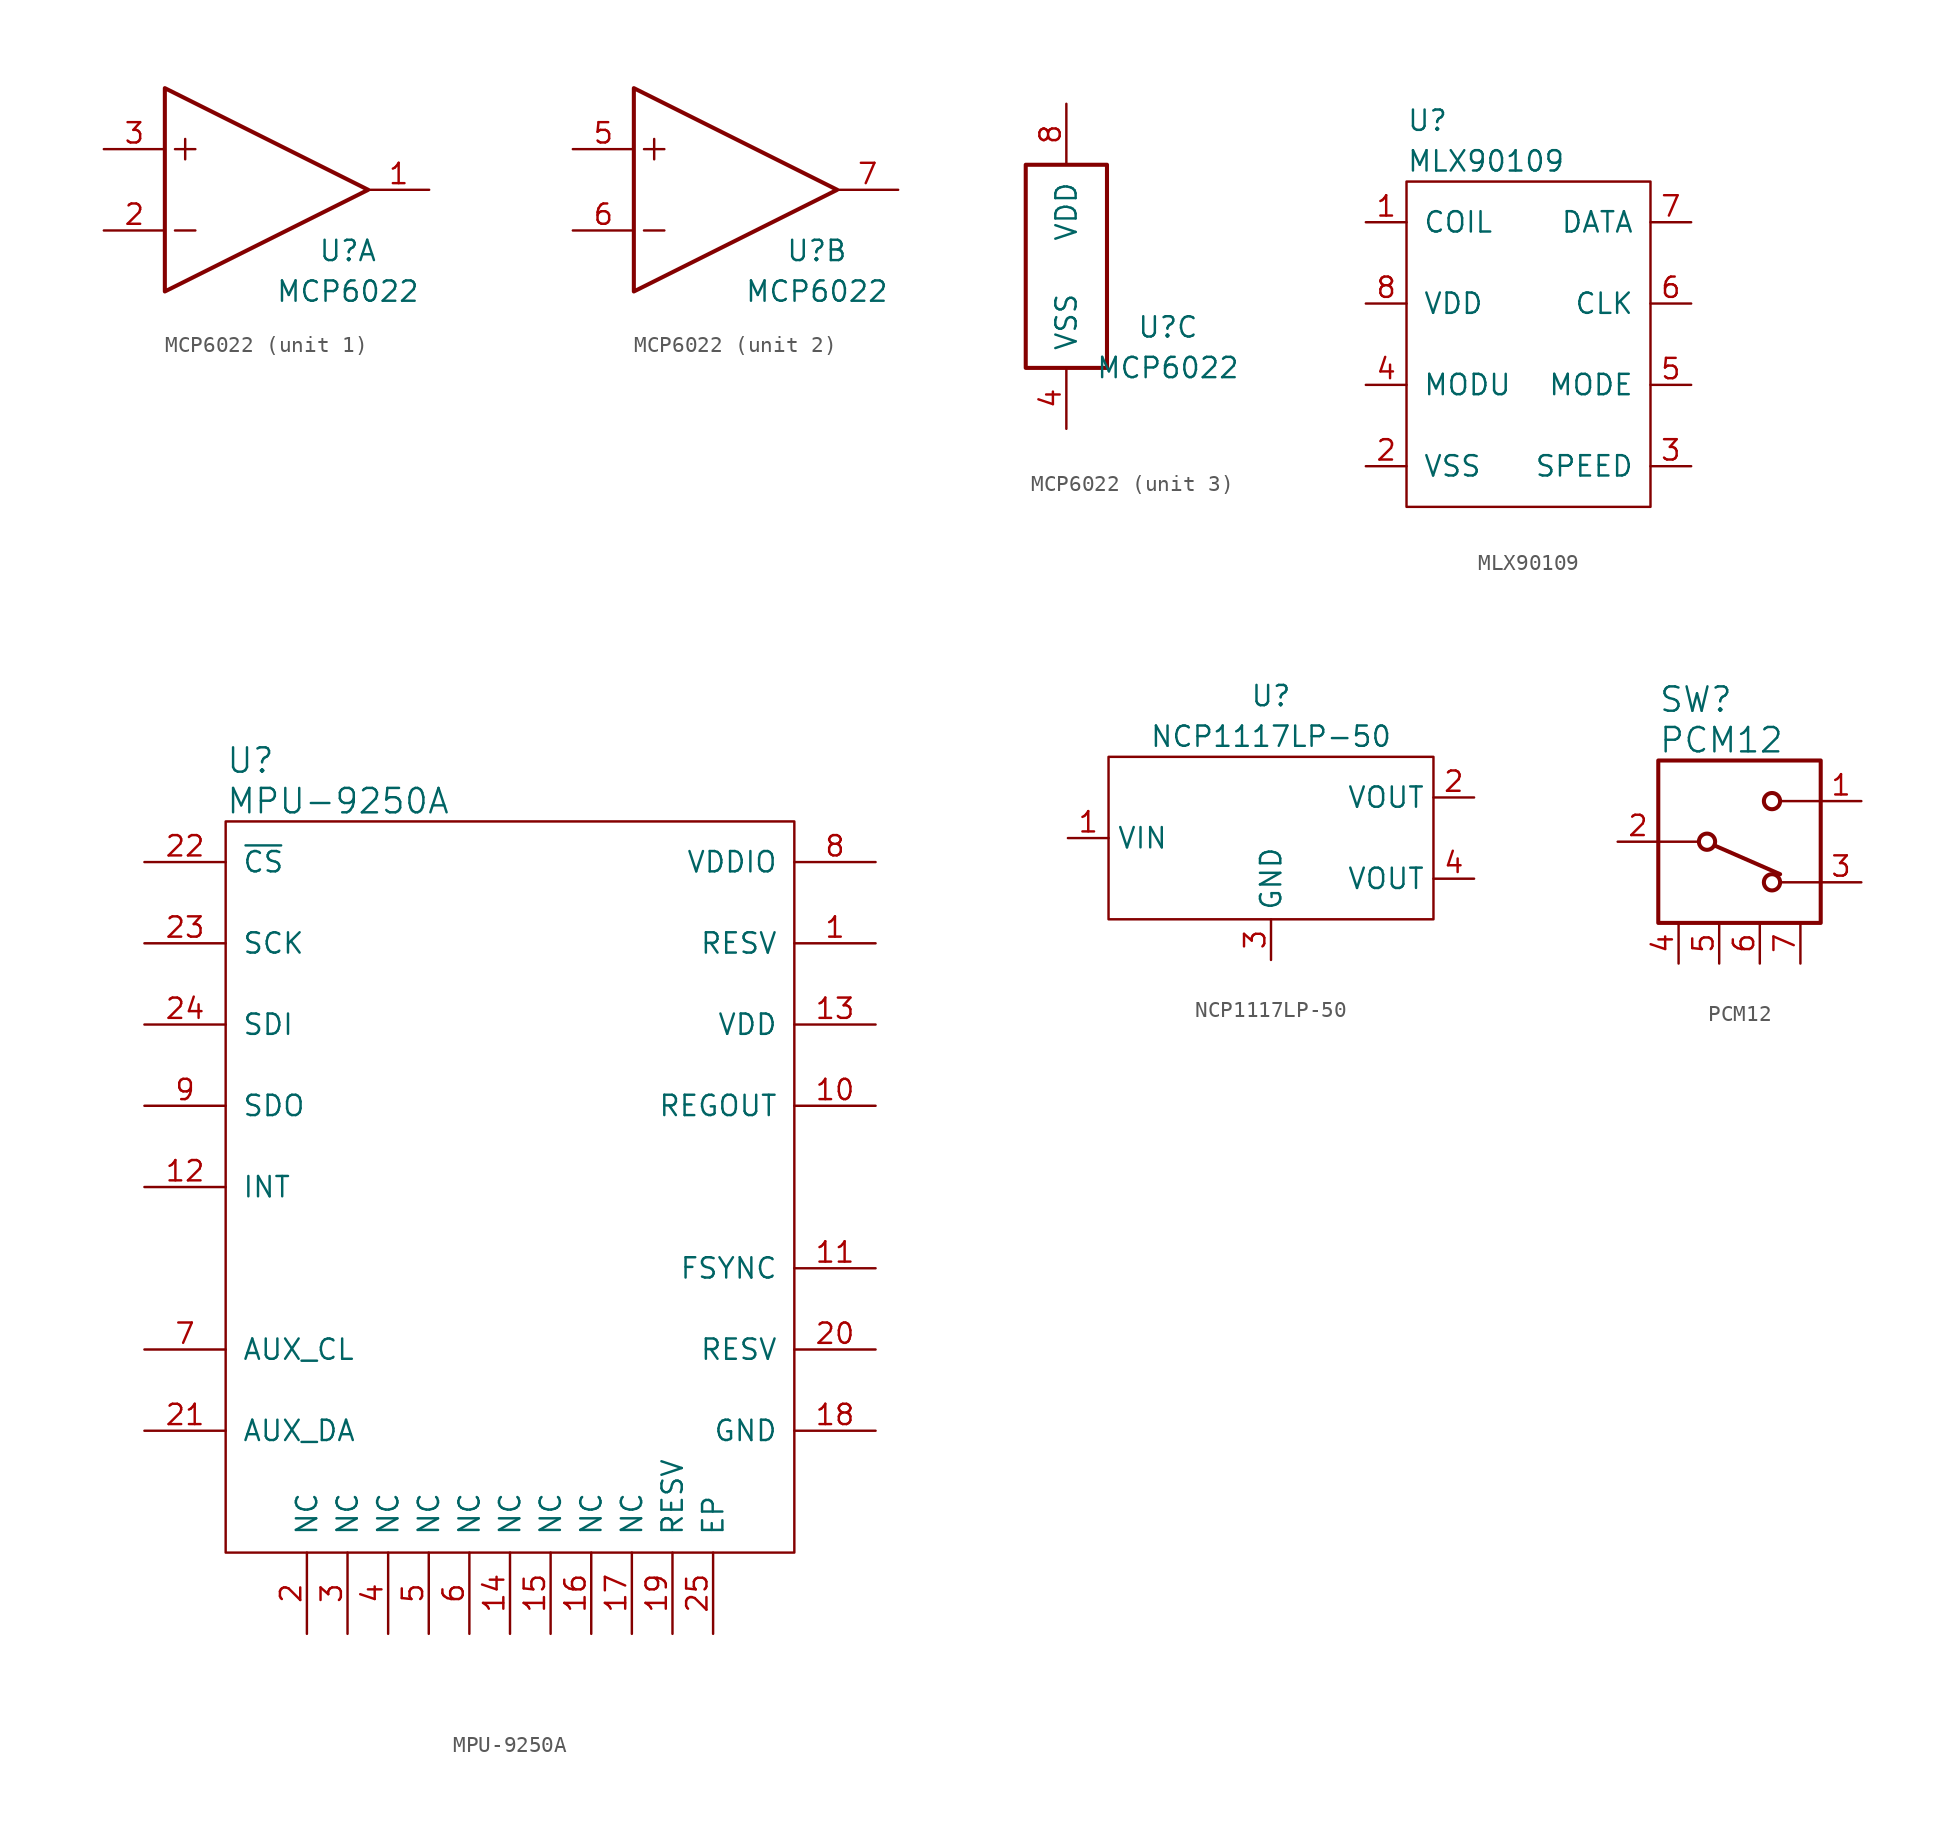
<source format=kicad_sym>
(kicad_symbol_lib
  (version 20211014)
  (generator kicad_symbol_editor)
  (symbol "MCP6022"
    (pin_names
      (offset 1.016))
    (property "Reference" "U"
      (at 6.35 -3.81 0)
      (effects (font (size 1.27 1.27))))
    (property "Value" "MCP6022"
      (at 6.35 -6.35 0)
      (effects (font (size 1.27 1.27))))
    (property "ki_locked" ""
      (at 0 0 0)
      (effects (font (size 1.27 1.27))))
    (symbol "MCP6022_1_1"
      (polyline (pts (xy -4.445 -2.54) (xy -3.175 -2.54)) (stroke (width 0) (type default) (color 0 0 0 0)) (fill (type none)))
      (polyline (pts (xy -4.445 2.54) (xy -3.175 2.54)) (stroke (width 0) (type default) (color 0 0 0 0)) (fill (type none)))
      (polyline (pts (xy -3.81 3.175) (xy -3.81 1.905)) (stroke (width 0) (type default) (color 0 0 0 0)) (fill (type none)))
      (polyline (pts (xy -5.08 0) (xy -5.08 6.35) (xy 7.62 0) (xy -5.08 -6.35) (xy -5.08 0)) (stroke (width 0.254) (type default) (color 0 0 0 0)) (fill (type none)))
      (pin output line (at 11.43 0 180) (length 3.81) (name "~" (effects (font (size 1.27 1.27)))) (number "1" (effects (font (size 1.27 1.27)))))
      (pin input line (at -8.89 -2.54 0) (length 3.81) (name "~" (effects (font (size 1.27 1.27)))) (number "2" (effects (font (size 1.27 1.27)))))
      (pin input line (at -8.89 2.54 0) (length 3.81) (name "~" (effects (font (size 1.27 1.27)))) (number "3" (effects (font (size 1.27 1.27))))))
    (symbol "MCP6022_2_1"
      (polyline (pts (xy -4.445 -2.54) (xy -3.175 -2.54)) (stroke (width 0) (type default) (color 0 0 0 0)) (fill (type none)))
      (polyline (pts (xy -4.445 2.54) (xy -3.175 2.54)) (stroke (width 0) (type default) (color 0 0 0 0)) (fill (type none)))
      (polyline (pts (xy -3.81 3.175) (xy -3.81 1.905)) (stroke (width 0) (type default) (color 0 0 0 0)) (fill (type none)))
      (polyline (pts (xy -5.08 0) (xy -5.08 6.35) (xy 7.62 0) (xy -5.08 -6.35) (xy -5.08 0)) (stroke (width 0.254) (type default) (color 0 0 0 0)) (fill (type none)))
      (pin output line (at -8.89 2.54 0) (length 3.81) (name "~" (effects (font (size 1.27 1.27)))) (number "5" (effects (font (size 1.27 1.27)))))
      (pin output line (at -8.89 -2.54 0) (length 3.81) (name "~" (effects (font (size 1.27 1.27)))) (number "6" (effects (font (size 1.27 1.27)))))
      (pin output line (at 11.43 0 180) (length 3.81) (name "~" (effects (font (size 1.27 1.27)))) (number "7" (effects (font (size 1.27 1.27))))))
    (symbol "MCP6022_3_1"
      (rectangle (start 2.54 -6.35) (end -2.54 6.35) (stroke (width 0.254) (type default) (color 0 0 0 0)) (fill (type none)))
      (pin power_in line (at 0 -10.16 90) (length 3.81) (name "VSS" (effects (font (size 1.27 1.27)))) (number "4" (effects (font (size 1.27 1.27)))))
      (pin power_in line (at 0 10.16 270) (length 3.81) (name "VDD" (effects (font (size 1.27 1.27)))) (number "8" (effects (font (size 1.27 1.27)))))))
  (symbol "MLX90109"
    (pin_names
      (offset 1.016))
    (property "Reference" "U"
      (at -7.62 13.97 0)
      (effects (font (size 1.27 1.27)) (justify left)))
    (property "Value" "MLX90109"
      (at -7.62 11.43 0)
      (effects (font (size 1.27 1.27)) (justify left)))
    (symbol "MLX90109_0_1"
      (rectangle (start -7.62 10.16) (end 7.62 -10.16) (stroke (width 0) (type default) (color 0 0 0 0)) (fill (type none))))
    (symbol "MLX90109_1_1"
      (pin input line (at -10.16 7.62 0) (length 2.54) (name "COIL" (effects (font (size 1.27 1.27)))) (number "1" (effects (font (size 1.27 1.27)))))
      (pin input line (at -10.16 -7.62 0) (length 2.54) (name "VSS" (effects (font (size 1.27 1.27)))) (number "2" (effects (font (size 1.27 1.27)))))
      (pin input line (at 10.16 -7.62 180) (length 2.54) (name "SPEED" (effects (font (size 1.27 1.27)))) (number "3" (effects (font (size 1.27 1.27)))))
      (pin input line (at -10.16 -2.54 0) (length 2.54) (name "MODU" (effects (font (size 1.27 1.27)))) (number "4" (effects (font (size 1.27 1.27)))))
      (pin input line (at 10.16 -2.54 180) (length 2.54) (name "MODE" (effects (font (size 1.27 1.27)))) (number "5" (effects (font (size 1.27 1.27)))))
      (pin input line (at 10.16 2.54 180) (length 2.54) (name "CLK" (effects (font (size 1.27 1.27)))) (number "6" (effects (font (size 1.27 1.27)))))
      (pin input line (at 10.16 7.62 180) (length 2.54) (name "DATA" (effects (font (size 1.27 1.27)))) (number "7" (effects (font (size 1.27 1.27)))))
      (pin input line (at -10.16 2.54 0) (length 2.54) (name "VDD" (effects (font (size 1.27 1.27)))) (number "8" (effects (font (size 1.27 1.27)))))))
  (symbol "MPU-9250A"
    (pin_names
      (offset 1.016))
    (property "Reference" "U"
      (at -17.78 26.67 0)
      (effects (font (size 1.524 1.524)) (justify left)))
    (property "Value" "MPU-9250A"
      (at -17.78 24.13 0)
      (effects (font (size 1.524 1.524)) (justify left)))
    (symbol "MPU-9250A_0_1"
      (rectangle (start -17.78 22.86) (end 17.78 -22.86) (stroke (width 0) (type default) (color 0 0 0 0)) (fill (type none))))
    (symbol "MPU-9250A_1_1"
      (pin input line (at 22.86 15.24 180) (length 5.08) (name "RESV" (effects (font (size 1.27 1.27)))) (number "1" (effects (font (size 1.27 1.27)))))
      (pin input line (at 22.86 5.08 180) (length 5.08) (name "REGOUT" (effects (font (size 1.27 1.27)))) (number "10" (effects (font (size 1.27 1.27)))))
      (pin input line (at 22.86 -5.08 180) (length 5.08) (name "FSYNC" (effects (font (size 1.27 1.27)))) (number "11" (effects (font (size 1.27 1.27)))))
      (pin input line (at -22.86 0 0) (length 5.08) (name "INT" (effects (font (size 1.27 1.27)))) (number "12" (effects (font (size 1.27 1.27)))))
      (pin input line (at 22.86 10.16 180) (length 5.08) (name "VDD" (effects (font (size 1.27 1.27)))) (number "13" (effects (font (size 1.27 1.27)))))
      (pin input line (at 0 -27.94 90) (length 5.08) (name "NC" (effects (font (size 1.27 1.27)))) (number "14" (effects (font (size 1.27 1.27)))))
      (pin input line (at 2.54 -27.94 90) (length 5.08) (name "NC" (effects (font (size 1.27 1.27)))) (number "15" (effects (font (size 1.27 1.27)))))
      (pin input line (at 5.08 -27.94 90) (length 5.08) (name "NC" (effects (font (size 1.27 1.27)))) (number "16" (effects (font (size 1.27 1.27)))))
      (pin input line (at 7.62 -27.94 90) (length 5.08) (name "NC" (effects (font (size 1.27 1.27)))) (number "17" (effects (font (size 1.27 1.27)))))
      (pin input line (at 22.86 -15.24 180) (length 5.08) (name "GND" (effects (font (size 1.27 1.27)))) (number "18" (effects (font (size 1.27 1.27)))))
      (pin input line (at 10.16 -27.94 90) (length 5.08) (name "RESV" (effects (font (size 1.27 1.27)))) (number "19" (effects (font (size 1.27 1.27)))))
      (pin input line (at -12.7 -27.94 90) (length 5.08) (name "NC" (effects (font (size 1.27 1.27)))) (number "2" (effects (font (size 1.27 1.27)))))
      (pin input line (at 22.86 -10.16 180) (length 5.08) (name "RESV" (effects (font (size 1.27 1.27)))) (number "20" (effects (font (size 1.27 1.27)))))
      (pin input line (at -22.86 -15.24 0) (length 5.08) (name "AUX_DA" (effects (font (size 1.27 1.27)))) (number "21" (effects (font (size 1.27 1.27)))))
      (pin input line (at -22.86 20.32 0) (length 5.08) (name "~{CS}" (effects (font (size 1.27 1.27)))) (number "22" (effects (font (size 1.27 1.27)))))
      (pin input line (at -22.86 15.24 0) (length 5.08) (name "SCK" (effects (font (size 1.27 1.27)))) (number "23" (effects (font (size 1.27 1.27)))))
      (pin input line (at -22.86 10.16 0) (length 5.08) (name "SDI" (effects (font (size 1.27 1.27)))) (number "24" (effects (font (size 1.27 1.27)))))
      (pin input line (at 12.7 -27.94 90) (length 5.08) (name "EP" (effects (font (size 1.27 1.27)))) (number "25" (effects (font (size 1.27 1.27)))))
      (pin input line (at -10.16 -27.94 90) (length 5.08) (name "NC" (effects (font (size 1.27 1.27)))) (number "3" (effects (font (size 1.27 1.27)))))
      (pin input line (at -7.62 -27.94 90) (length 5.08) (name "NC" (effects (font (size 1.27 1.27)))) (number "4" (effects (font (size 1.27 1.27)))))
      (pin input line (at -5.08 -27.94 90) (length 5.08) (name "NC" (effects (font (size 1.27 1.27)))) (number "5" (effects (font (size 1.27 1.27)))))
      (pin input line (at -2.54 -27.94 90) (length 5.08) (name "NC" (effects (font (size 1.27 1.27)))) (number "6" (effects (font (size 1.27 1.27)))))
      (pin input line (at -22.86 -10.16 0) (length 5.08) (name "AUX_CL" (effects (font (size 1.27 1.27)))) (number "7" (effects (font (size 1.27 1.27)))))
      (pin input line (at 22.86 20.32 180) (length 5.08) (name "VDDIO" (effects (font (size 1.27 1.27)))) (number "8" (effects (font (size 1.27 1.27)))))
      (pin input line (at -22.86 5.08 0) (length 5.08) (name "SDO" (effects (font (size 1.27 1.27)))) (number "9" (effects (font (size 1.27 1.27)))))))
  (symbol "NCP1117LP-50"
    (property "Reference" "U"
      (at 0 8.89 0)
      (effects (font (size 1.27 1.27))))
    (property "Value" "NCP1117LP-50"
      (at 0 6.35 0)
      (effects (font (size 1.27 1.27))))
    (symbol "NCP1117LP-50_0_1"
      (rectangle (start -10.16 5.08) (end 10.16 -5.08) (stroke (width 0) (type default) (color 0 0 0 0)) (fill (type none))))
    (symbol "NCP1117LP-50_1_1"
      (pin power_in line (at -12.7 0 0) (length 2.54) (name "VIN" (effects (font (size 1.27 1.27)))) (number "1" (effects (font (size 1.27 1.27)))))
      (pin power_out line (at 12.7 2.54 180) (length 2.54) (name "VOUT" (effects (font (size 1.27 1.27)))) (number "2" (effects (font (size 1.27 1.27)))))
      (pin power_in line (at 0 -7.62 90) (length 2.54) (name "GND" (effects (font (size 1.27 1.27)))) (number "3" (effects (font (size 1.27 1.27)))))
      (pin power_out line (at 12.7 -2.54 180) (length 2.54) (name "VOUT" (effects (font (size 1.27 1.27)))) (number "4" (effects (font (size 1.27 1.27)))))))
  (symbol "PCM12"
    (pin_names
      (offset 1.016))
    (property "Reference" "SW"
      (at -5.08 8.89 0)
      (effects (font (size 1.524 1.524)) (justify left)))
    (property "Value" "PCM12"
      (at -5.08 6.35 0)
      (effects (font (size 1.524 1.524)) (justify left)))
    (symbol "PCM12_0_1"
      (circle (center -2.032 0) (radius 0.508) (stroke (width 0.254) (type default) (color 0 0 0 0)) (fill (type none)))
      (polyline (pts (xy -5.08 0) (xy -2.54 0)) (stroke (width 0) (type default) (color 0 0 0 0)) (fill (type none)))
      (polyline (pts (xy -1.524 -0.254) (xy 2.54 -2.032)) (stroke (width 0.254) (type default) (color 0 0 0 0)) (fill (type none)))
      (polyline (pts (xy 5.08 -2.54) (xy 2.54 -2.54)) (stroke (width 0) (type default) (color 0 0 0 0)) (fill (type none)))
      (polyline (pts (xy 5.08 2.54) (xy 2.54 2.54)) (stroke (width 0) (type default) (color 0 0 0 0)) (fill (type none)))
      (polyline (pts (xy 5.08 5.08) (xy 5.08 -5.08) (xy -5.08 -5.08) (xy -5.08 5.08) (xy 5.08 5.08)) (stroke (width 0.254) (type default) (color 0 0 0 0)) (fill (type none)))
      (circle (center 2.032 -2.54) (radius 0.508) (stroke (width 0.254) (type default) (color 0 0 0 0)) (fill (type none)))
      (circle (center 2.032 2.54) (radius 0.508) (stroke (width 0.254) (type default) (color 0 0 0 0)) (fill (type none))))
    (symbol "PCM12_1_1"
      (pin input line (at 7.62 2.54 180) (length 2.54) (name "~" (effects (font (size 1.27 1.27)))) (number "1" (effects (font (size 1.27 1.27)))))
      (pin input line (at -7.62 0 0) (length 2.54) (name "~" (effects (font (size 1.27 1.27)))) (number "2" (effects (font (size 1.27 1.27)))))
      (pin input line (at 7.62 -2.54 180) (length 2.54) (name "~" (effects (font (size 1.27 1.27)))) (number "3" (effects (font (size 1.27 1.27)))))
      (pin input line (at -3.81 -7.62 90) (length 2.54) (name "~" (effects (font (size 1.27 1.27)))) (number "4" (effects (font (size 1.27 1.27)))))
      (pin input line (at -1.27 -7.62 90) (length 2.54) (name "~" (effects (font (size 1.27 1.27)))) (number "5" (effects (font (size 1.27 1.27)))))
      (pin input line (at 1.27 -7.62 90) (length 2.54) (name "~" (effects (font (size 1.27 1.27)))) (number "6" (effects (font (size 1.27 1.27)))))
      (pin input line (at 3.81 -7.62 90) (length 2.54) (name "~" (effects (font (size 1.27 1.27)))) (number "7" (effects (font (size 1.27 1.27))))))))
</source>
